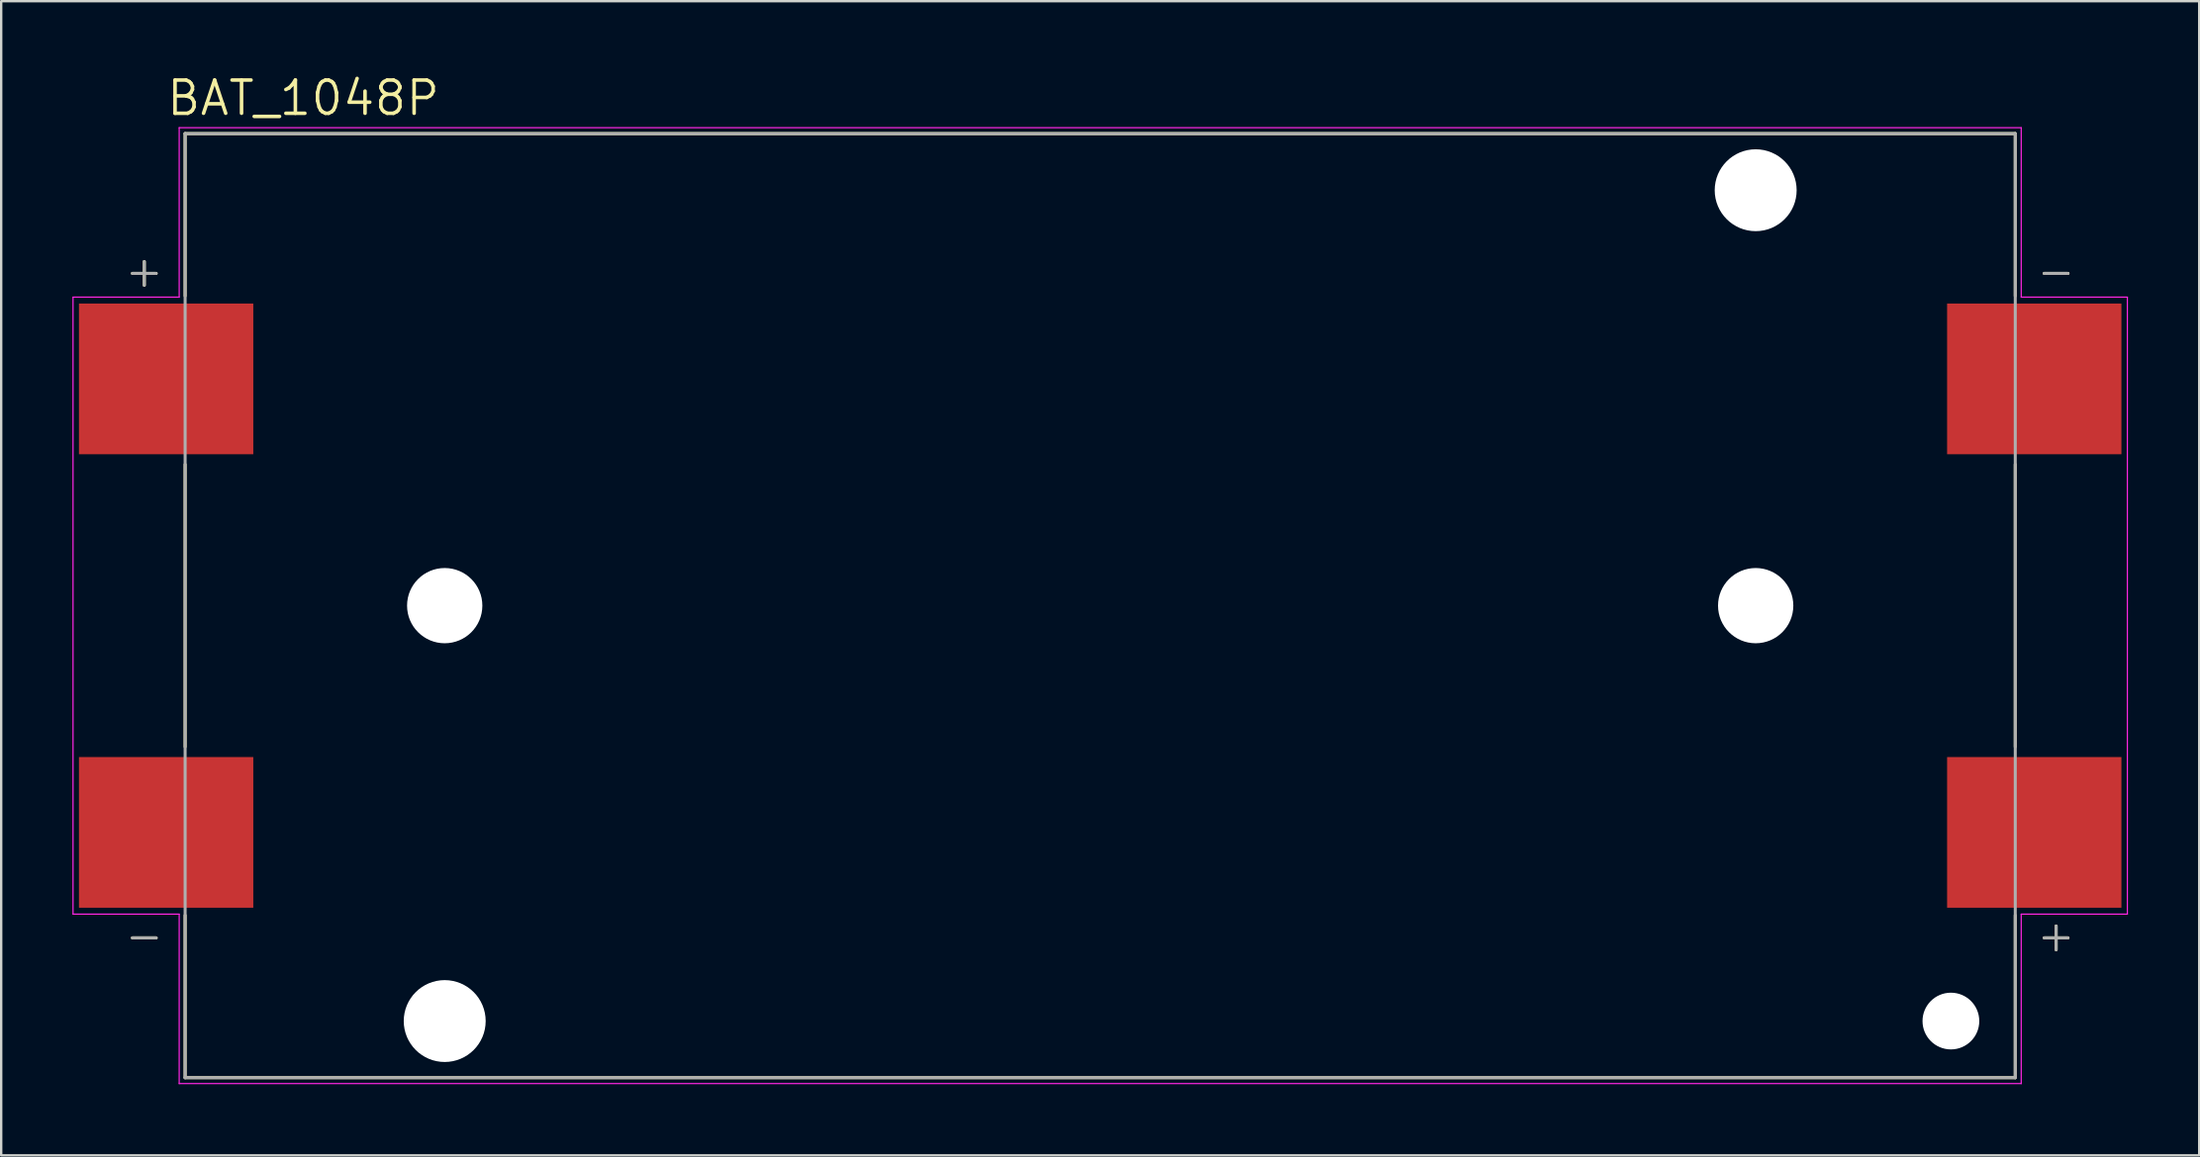
<source format=kicad_pcb>
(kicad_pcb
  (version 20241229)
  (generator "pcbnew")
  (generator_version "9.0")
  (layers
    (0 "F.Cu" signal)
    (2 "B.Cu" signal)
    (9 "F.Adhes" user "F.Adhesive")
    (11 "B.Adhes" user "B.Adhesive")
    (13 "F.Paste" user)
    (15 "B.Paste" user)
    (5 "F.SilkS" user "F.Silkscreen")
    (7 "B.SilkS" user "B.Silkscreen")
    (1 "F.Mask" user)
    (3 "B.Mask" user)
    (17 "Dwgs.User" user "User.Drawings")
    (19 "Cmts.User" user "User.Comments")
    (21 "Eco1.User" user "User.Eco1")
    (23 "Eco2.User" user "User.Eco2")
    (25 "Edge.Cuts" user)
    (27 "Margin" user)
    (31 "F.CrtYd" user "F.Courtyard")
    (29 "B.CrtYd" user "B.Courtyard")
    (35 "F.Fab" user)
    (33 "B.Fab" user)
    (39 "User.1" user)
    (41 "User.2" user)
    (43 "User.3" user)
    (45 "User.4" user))
  (footprint "BAT_1048P"
    (layer "F.Cu")
    (at 43.275 22.471)
    (property "Reference" "BAT_1048P" (at -33.555 -21.389 0) (layer "F.SilkS") (effects (font (size 1.4 1.4) (thickness 0.15))))
    (attr through_hole)
    (fp_line (start -40.75 -14) (end -39.75 -14) (stroke (width 0.127) (type solid)) (layer "F.SilkS"))
    (fp_line (start -40.75 14) (end -39.75 14) (stroke (width 0.127) (type solid)) (layer "F.SilkS"))
    (fp_line (start -40.25 -14.5) (end -40.25 -13.5) (stroke (width 0.127) (type solid)) (layer "F.SilkS"))
    (fp_line (start -38.53 -19.89) (end 38.53 -19.89) (stroke (width 0.127) (type solid)) (layer "F.SilkS"))
    (fp_line (start -38.53 -13.05) (end -38.53 -19.89) (stroke (width 0.127) (type solid)) (layer "F.SilkS"))
    (fp_line (start -38.53 -5.95) (end -38.53 5.95) (stroke (width 0.127) (type solid)) (layer "F.SilkS"))
    (fp_line (start -38.53 13.05) (end -38.53 19.89) (stroke (width 0.127) (type solid)) (layer "F.SilkS"))
    (fp_line (start -38.53 19.89) (end 38.53 19.89) (stroke (width 0.127) (type solid)) (layer "F.SilkS"))
    (fp_line (start 38.53 -19.89) (end 38.53 -13.05) (stroke (width 0.127) (type solid)) (layer "F.SilkS"))
    (fp_line (start 38.53 -5.95) (end 38.53 5.95) (stroke (width 0.127) (type solid)) (layer "F.SilkS"))
    (fp_line (start 38.53 19.89) (end 38.53 13.05) (stroke (width 0.127) (type solid)) (layer "F.SilkS"))
    (fp_line (start 40.25 14.5) (end 40.25 13.5) (stroke (width 0.127) (type solid)) (layer "F.SilkS"))
    (fp_line (start 40.75 -14) (end 39.75 -14) (stroke (width 0.127) (type solid)) (layer "F.SilkS"))
    (fp_line (start 40.75 14) (end 39.75 14) (stroke (width 0.127) (type solid)) (layer "F.SilkS"))
    (fp_line (start -43.25 -13) (end -38.78 -13) (stroke (width 0.05) (type solid)) (layer "F.CrtYd"))
    (fp_line (start -43.25 13) (end -43.25 -13) (stroke (width 0.05) (type solid)) (layer "F.CrtYd"))
    (fp_line (start -38.78 -20.14) (end 38.78 -20.14) (stroke (width 0.05) (type solid)) (layer "F.CrtYd"))
    (fp_line (start -38.78 -13) (end -38.78 -20.14) (stroke (width 0.05) (type solid)) (layer "F.CrtYd"))
    (fp_line (start -38.78 13) (end -43.25 13) (stroke (width 0.05) (type solid)) (layer "F.CrtYd"))
    (fp_line (start -38.78 20.14) (end -38.78 13) (stroke (width 0.05) (type solid)) (layer "F.CrtYd"))
    (fp_line (start 38.78 -20.14) (end 38.78 -13) (stroke (width 0.05) (type solid)) (layer "F.CrtYd"))
    (fp_line (start 38.78 -13) (end 43.25 -13) (stroke (width 0.05) (type solid)) (layer "F.CrtYd"))
    (fp_line (start 38.78 13) (end 38.78 20.14) (stroke (width 0.05) (type solid)) (layer "F.CrtYd"))
    (fp_line (start 38.78 20.14) (end -38.78 20.14) (stroke (width 0.05) (type solid)) (layer "F.CrtYd"))
    (fp_line (start 43.25 -13) (end 43.25 13) (stroke (width 0.05) (type solid)) (layer "F.CrtYd"))
    (fp_line (start 43.25 13) (end 38.78 13) (stroke (width 0.05) (type solid)) (layer "F.CrtYd"))
    (fp_line (start -40.75 -14) (end -39.75 -14) (stroke (width 0.127) (type solid)) (layer "F.Fab"))
    (fp_line (start -40.75 14) (end -39.75 14) (stroke (width 0.127) (type solid)) (layer "F.Fab"))
    (fp_line (start -40.25 -14.5) (end -40.25 -13.5) (stroke (width 0.127) (type solid)) (layer "F.Fab"))
    (fp_line (start -38.53 -19.89) (end 38.53 -19.89) (stroke (width 0.127) (type solid)) (layer "F.Fab"))
    (fp_line (start -38.53 19.89) (end -38.53 -19.89) (stroke (width 0.127) (type solid)) (layer "F.Fab"))
    (fp_line (start 38.53 -19.89) (end 38.53 19.89) (stroke (width 0.127) (type solid)) (layer "F.Fab"))
    (fp_line (start 38.53 19.89) (end -38.53 19.89) (stroke (width 0.127) (type solid)) (layer "F.Fab"))
    (fp_line (start 40.25 14.5) (end 40.25 13.5) (stroke (width 0.127) (type solid)) (layer "F.Fab"))
    (fp_line (start 40.75 -14) (end 39.75 -14) (stroke (width 0.127) (type solid)) (layer "F.Fab"))
    (fp_line (start 40.75 14) (end 39.75 14) (stroke (width 0.127) (type solid)) (layer "F.Fab"))
    (pad "" np_thru_hole circle (at -27.6 0) (size 3.17 3.17) (drill 3.17) (layers "*.Cu" "*.Mask"))
    (pad "" np_thru_hole circle (at -27.6 17.505) (size 3.45 3.45) (drill 3.45) (layers "*.Cu" "*.Mask"))
    (pad "" np_thru_hole circle (at 27.6 -17.505) (size 3.45 3.45) (drill 3.45) (layers "*.Cu" "*.Mask"))
    (pad "" np_thru_hole circle (at 27.6 0) (size 3.17 3.17) (drill 3.17) (layers "*.Cu" "*.Mask"))
    (pad "" np_thru_hole circle (at 35.82 17.505) (size 2.39 2.39) (drill 2.39) (layers "*.Cu" "*.Mask"))
    (pad "N1" smd rect (at 39.33 -9.555) (size 7.34 6.35) (layers "F.Cu" "F.Mask" "F.Paste"))
    (pad "N2" smd rect (at -39.33 9.555) (size 7.34 6.35) (layers "F.Cu" "F.Mask" "F.Paste"))
    (pad "P1" smd rect (at -39.33 -9.555) (size 7.34 6.35) (layers "F.Cu" "F.Mask" "F.Paste"))
    (pad "P2" smd rect (at 39.33 9.555) (size 7.34 6.35) (layers "F.Cu" "F.Mask" "F.Paste")))
  (gr_rect
    (start -3 -3)
    (end 89.55 45.636)
    (stroke (width 0.1) (type default))
    (fill no)
    (layer "Edge.Cuts")))
</source>
